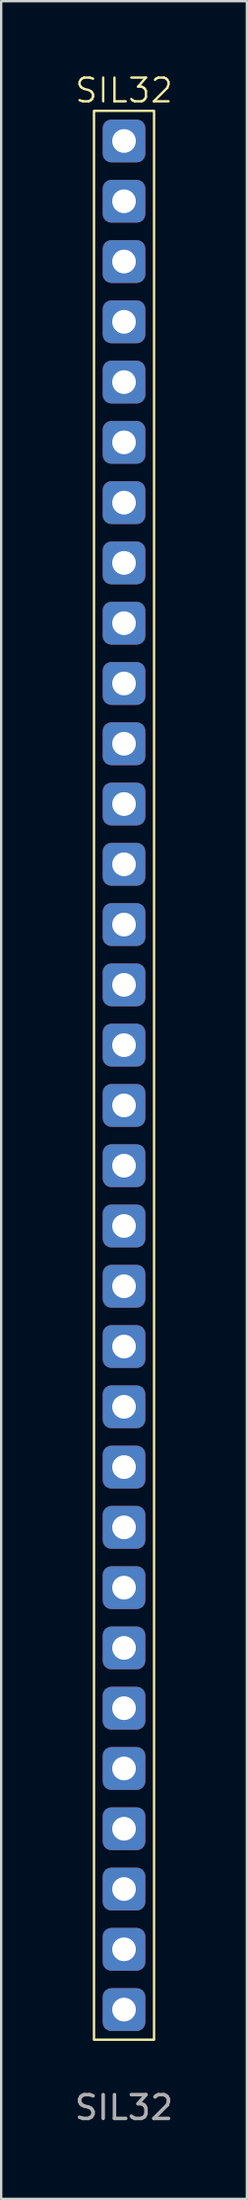
<source format=kicad_pcb>
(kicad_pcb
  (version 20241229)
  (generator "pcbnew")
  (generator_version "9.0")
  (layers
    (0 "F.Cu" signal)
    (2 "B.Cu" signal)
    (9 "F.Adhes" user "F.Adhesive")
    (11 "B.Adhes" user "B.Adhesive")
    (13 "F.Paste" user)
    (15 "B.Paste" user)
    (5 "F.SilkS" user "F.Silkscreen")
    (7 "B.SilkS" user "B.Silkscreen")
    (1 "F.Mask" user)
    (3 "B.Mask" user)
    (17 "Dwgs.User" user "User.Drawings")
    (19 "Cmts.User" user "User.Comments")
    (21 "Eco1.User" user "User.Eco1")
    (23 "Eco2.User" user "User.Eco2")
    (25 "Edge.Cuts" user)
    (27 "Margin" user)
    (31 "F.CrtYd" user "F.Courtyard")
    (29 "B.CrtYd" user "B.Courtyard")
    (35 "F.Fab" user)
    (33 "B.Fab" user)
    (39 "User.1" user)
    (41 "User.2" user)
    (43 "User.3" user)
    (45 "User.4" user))
  (footprint "SIL32"
    (layer "F.Cu")
    (at 2.196 42.261)
    (property "Reference" "SIL32" (at 0 -41.5 0) (unlocked yes) (layer "F.SilkS") (effects (font (size 1 1) (thickness 0.1))))
    (attr through_hole)
    (fp_rect (start 1.27 -40.64) (end -1.27 40.64) (stroke (width 0.1) (type default)) (fill no) (layer "F.SilkS"))
    (fp_text user "${REFERENCE}" (at 0 43.5 0) (unlocked yes) (layer "F.Fab") (effects (font (size 1 1) (thickness 0.15))))
    (pad "1" thru_hole roundrect (at 0 -39.37) (size 1.8 1.8) (drill 1) (layers "*.Cu" "*.Mask") (roundrect_rratio 0.2))
    (pad "2" thru_hole roundrect (at 0 -36.83) (size 1.8 1.8) (drill 1) (layers "*.Cu" "*.Mask") (roundrect_rratio 0.2))
    (pad "3" thru_hole roundrect (at 0 -34.29) (size 1.8 1.8) (drill 1) (layers "*.Cu" "*.Mask") (roundrect_rratio 0.2))
    (pad "4" thru_hole roundrect (at 0 -31.75) (size 1.8 1.8) (drill 1) (layers "*.Cu" "*.Mask") (roundrect_rratio 0.2))
    (pad "5" thru_hole roundrect (at 0 -29.21) (size 1.8 1.8) (drill 1) (layers "*.Cu" "*.Mask") (roundrect_rratio 0.2))
    (pad "6" thru_hole roundrect (at 0 -26.67) (size 1.8 1.8) (drill 1) (layers "*.Cu" "*.Mask") (roundrect_rratio 0.2))
    (pad "7" thru_hole roundrect (at 0 -24.13) (size 1.8 1.8) (drill 1) (layers "*.Cu" "*.Mask") (roundrect_rratio 0.2))
    (pad "8" thru_hole roundrect (at 0 -21.59) (size 1.8 1.8) (drill 1) (layers "*.Cu" "*.Mask") (roundrect_rratio 0.2))
    (pad "9" thru_hole roundrect (at 0 -19.05) (size 1.8 1.8) (drill 1) (layers "*.Cu" "*.Mask") (roundrect_rratio 0.2))
    (pad "10" thru_hole roundrect (at 0 -16.51) (size 1.8 1.8) (drill 1) (layers "*.Cu" "*.Mask") (roundrect_rratio 0.2))
    (pad "11" thru_hole roundrect (at 0 -13.97) (size 1.8 1.8) (drill 1) (layers "*.Cu" "*.Mask") (roundrect_rratio 0.2))
    (pad "12" thru_hole roundrect (at 0 -11.43) (size 1.8 1.8) (drill 1) (layers "*.Cu" "*.Mask") (roundrect_rratio 0.2))
    (pad "13" thru_hole roundrect (at 0 -8.89) (size 1.8 1.8) (drill 1) (layers "*.Cu" "*.Mask") (roundrect_rratio 0.2))
    (pad "14" thru_hole roundrect (at 0 -6.35) (size 1.8 1.8) (drill 1) (layers "*.Cu" "*.Mask") (roundrect_rratio 0.2))
    (pad "15" thru_hole roundrect (at 0 -3.81) (size 1.8 1.8) (drill 1) (layers "*.Cu" "*.Mask") (roundrect_rratio 0.2))
    (pad "16" thru_hole roundrect (at 0 -1.27) (size 1.8 1.8) (drill 1) (layers "*.Cu" "*.Mask") (roundrect_rratio 0.2))
    (pad "17" thru_hole roundrect (at 0 1.27) (size 1.8 1.8) (drill 1) (layers "*.Cu" "*.Mask") (roundrect_rratio 0.2))
    (pad "18" thru_hole roundrect (at 0 3.81) (size 1.8 1.8) (drill 1) (layers "*.Cu" "*.Mask") (roundrect_rratio 0.2))
    (pad "19" thru_hole roundrect (at 0 6.35) (size 1.8 1.8) (drill 1) (layers "*.Cu" "*.Mask") (roundrect_rratio 0.2))
    (pad "20" thru_hole roundrect (at 0 8.89) (size 1.8 1.8) (drill 1) (layers "*.Cu" "*.Mask") (roundrect_rratio 0.2))
    (pad "21" thru_hole roundrect (at 0 11.43) (size 1.8 1.8) (drill 1) (layers "*.Cu" "*.Mask") (roundrect_rratio 0.2))
    (pad "22" thru_hole roundrect (at 0 13.97) (size 1.8 1.8) (drill 1) (layers "*.Cu" "*.Mask") (roundrect_rratio 0.2))
    (pad "23" thru_hole roundrect (at 0 16.51) (size 1.8 1.8) (drill 1) (layers "*.Cu" "*.Mask") (roundrect_rratio 0.2))
    (pad "24" thru_hole roundrect (at 0 19.05) (size 1.8 1.8) (drill 1) (layers "*.Cu" "*.Mask") (roundrect_rratio 0.2))
    (pad "25" thru_hole roundrect (at 0 21.59) (size 1.8 1.8) (drill 1) (layers "*.Cu" "*.Mask") (roundrect_rratio 0.2))
    (pad "26" thru_hole roundrect (at 0 24.13) (size 1.8 1.8) (drill 1) (layers "*.Cu" "*.Mask") (roundrect_rratio 0.2))
    (pad "27" thru_hole roundrect (at 0 26.67) (size 1.8 1.8) (drill 1) (layers "*.Cu" "*.Mask") (roundrect_rratio 0.2))
    (pad "28" thru_hole roundrect (at 0 29.21) (size 1.8 1.8) (drill 1) (layers "*.Cu" "*.Mask") (roundrect_rratio 0.2))
    (pad "29" thru_hole roundrect (at 0 31.75) (size 1.8 1.8) (drill 1) (layers "*.Cu" "*.Mask") (roundrect_rratio 0.2))
    (pad "30" thru_hole roundrect (at 0 34.29) (size 1.8 1.8) (drill 1) (layers "*.Cu" "*.Mask") (roundrect_rratio 0.2))
    (pad "31" thru_hole roundrect (at 0 36.83) (size 1.8 1.8) (drill 1) (layers "*.Cu" "*.Mask") (roundrect_rratio 0.2))
    (pad "32" thru_hole roundrect (at 0 39.37) (size 1.8 1.8) (drill 1) (layers "*.Cu" "*.Mask") (roundrect_rratio 0.2)))
  (gr_rect
    (start -3 -3)
    (end 7.393 89.609)
    (stroke (width 0.1) (type default))
    (fill no)
    (layer "Edge.Cuts")))
</source>
